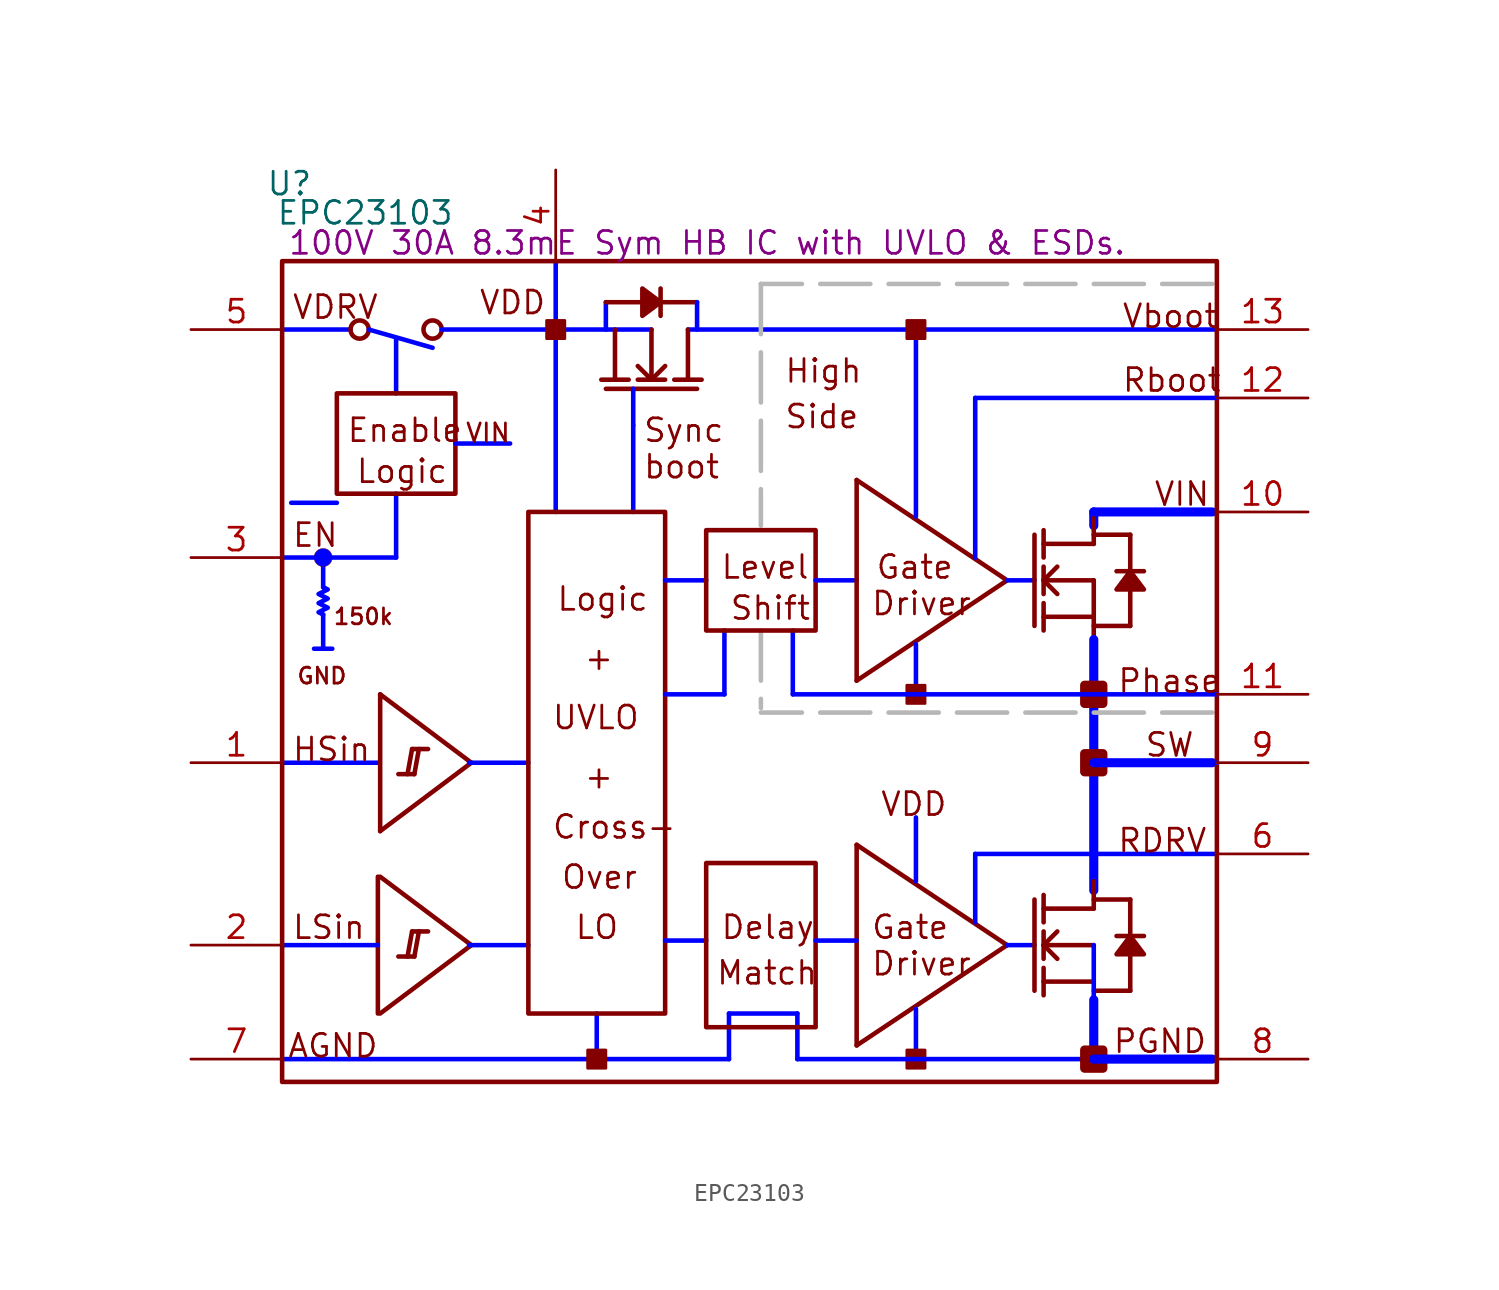
<source format=kicad_sym>
(kicad_symbol_lib
  (version 20231120)
  (generator "kicad_symbol_editor")
  (generator_version "8.0")
  (symbol "EPC23103"
    (property "Reference" "U"
      (at 5.486 50.038 0)
      (effects (font (size 1.27 1.27))))
    (property "Value" "EPC23103"
      (at 9.703 48.412 0)
      (effects (font (size 1.27 1.27))))
    (property "Description" "100V 30A 8.3mE Sym HB IC with UVLO & ESDs."
      (at 28.753 46.736 0)
      (effects (font (size 1.27 1.27))))
    (symbol "EPC23103_1_0"
      (polyline (pts (xy 5.08 1.27) (xy 29.972 1.27)) (stroke (width 0.254) (type solid) (color 0 0 255 1)) (fill (type none)))
      (polyline (pts (xy 5.08 41.91) (xy 8.89 41.91)) (stroke (width 0.254) (type solid) (color 0 0 255 1)) (fill (type none)))
      (polyline (pts (xy 5.588 32.258) (xy 8.128 32.258)) (stroke (width 0.254) (type solid) (color 0 0 255 1)) (fill (type none)))
      (polyline (pts (xy 7.366 26.035) (xy 7.366 24.13)) (stroke (width 0.254) (type solid) (color 0 0 255 1)) (fill (type none)))
      (polyline (pts (xy 7.366 29.21) (xy 7.366 27.559)) (stroke (width 0.254) (type solid) (color 0 0 255 1)) (fill (type none)))
      (polyline (pts (xy 7.874 24.13) (xy 6.858 24.13)) (stroke (width 0.254) (type solid) (color 0 0 255 1)) (fill (type none)))
      (polyline (pts (xy 9.906 41.91) (xy 13.462 40.894)) (stroke (width 0.254) (type solid) (color 0 0 255 1)) (fill (type none)))
      (polyline (pts (xy 10.414 7.62) (xy 5.08 7.62)) (stroke (width 0.254) (type solid) (color 0 0 255 1)) (fill (type none)))
      (polyline (pts (xy 10.414 11.43) (xy 10.414 3.81)) (stroke (width 0.254) (type solid)) (fill (type none)))
      (polyline (pts (xy 10.414 17.78) (xy 5.08 17.78)) (stroke (width 0.254) (type solid) (color 0 0 255 1)) (fill (type none)))
      (polyline (pts (xy 10.541 3.81) (xy 15.621 7.62)) (stroke (width 0.254) (type solid)) (fill (type none)))
      (polyline (pts (xy 10.541 11.43) (xy 15.621 7.62)) (stroke (width 0.254) (type solid)) (fill (type none)))
      (polyline (pts (xy 10.541 13.97) (xy 15.621 17.78)) (stroke (width 0.254) (type solid)) (fill (type none)))
      (polyline (pts (xy 10.541 21.59) (xy 10.541 13.97)) (stroke (width 0.254) (type solid)) (fill (type none)))
      (polyline (pts (xy 10.541 21.59) (xy 15.621 17.78)) (stroke (width 0.254) (type solid)) (fill (type none)))
      (polyline (pts (xy 11.43 29.21) (xy 5.08 29.21)) (stroke (width 0.254) (type solid) (color 0 0 255 1)) (fill (type none)))
      (polyline (pts (xy 11.43 29.21) (xy 11.43 32.766)) (stroke (width 0.254) (type solid) (color 0 0 255 1)) (fill (type none)))
      (polyline (pts (xy 11.43 38.354) (xy 11.43 41.402)) (stroke (width 0.254) (type solid) (color 0 0 255 1)) (fill (type none)))
      (polyline (pts (xy 12.065 6.985) (xy 12.319 8.382)) (stroke (width 0.254) (type solid)) (fill (type none)))
      (polyline (pts (xy 12.065 17.145) (xy 12.319 18.542)) (stroke (width 0.254) (type solid)) (fill (type none)))
      (polyline (pts (xy 12.446 6.985) (xy 11.557 6.985)) (stroke (width 0.254) (type solid)) (fill (type none)))
      (polyline (pts (xy 12.446 6.985) (xy 12.7 8.382)) (stroke (width 0.254) (type solid)) (fill (type none)))
      (polyline (pts (xy 12.446 17.145) (xy 11.557 17.145)) (stroke (width 0.254) (type solid)) (fill (type none)))
      (polyline (pts (xy 12.446 17.145) (xy 12.7 18.542)) (stroke (width 0.254) (type solid)) (fill (type none)))
      (polyline (pts (xy 13.208 8.382) (xy 12.319 8.382)) (stroke (width 0.254) (type solid)) (fill (type none)))
      (polyline (pts (xy 13.208 18.542) (xy 12.319 18.542)) (stroke (width 0.254) (type solid)) (fill (type none)))
      (polyline (pts (xy 13.97 41.91) (xy 25.654 41.91)) (stroke (width 0.254) (type solid) (color 0 0 255 1)) (fill (type none)))
      (polyline (pts (xy 15.494 7.62) (xy 18.796 7.62)) (stroke (width 0.254) (type solid) (color 0 0 255 1)) (fill (type none)))
      (polyline (pts (xy 15.494 17.78) (xy 18.796 17.78)) (stroke (width 0.254) (type solid) (color 0 0 255 1)) (fill (type none)))
      (polyline (pts (xy 17.78 35.56) (xy 14.732 35.56)) (stroke (width 0.254) (type solid) (color 0 0 255 1)) (fill (type none)))
      (polyline (pts (xy 20.32 31.75) (xy 20.32 45.72)) (stroke (width 0.254) (type solid) (color 0 0 255 1)) (fill (type none)))
      (polyline (pts (xy 22.606 1.27) (xy 22.606 3.81)) (stroke (width 0.254) (type solid) (color 0 0 255 1)) (fill (type none)))
      (polyline (pts (xy 23.114 38.608) (xy 28.194 38.608)) (stroke (width 0.254) (type solid)) (fill (type none)))
      (polyline (pts (xy 23.114 43.434) (xy 23.114 41.91)) (stroke (width 0.254) (type solid) (color 0 0 255 1)) (fill (type none)))
      (polyline (pts (xy 23.114 43.434) (xy 25.146 43.434)) (stroke (width 0.254) (type solid)) (fill (type none)))
      (polyline (pts (xy 23.622 41.91) (xy 23.622 39.116)) (stroke (width 0.254) (type solid)) (fill (type none)))
      (polyline (pts (xy 24.384 39.116) (xy 22.86 39.116)) (stroke (width 0.254) (type solid)) (fill (type none)))
      (polyline (pts (xy 24.638 31.75) (xy 24.638 36.576)) (stroke (width 0.254) (type solid) (color 0 0 255 1)) (fill (type none)))
      (polyline (pts (xy 24.638 38.608) (xy 24.638 36.576)) (stroke (width 0.254) (type solid) (color 0 0 255 1)) (fill (type none)))
      (polyline (pts (xy 25.654 39.116) (xy 24.892 39.878)) (stroke (width 0.254) (type solid)) (fill (type none)))
      (polyline (pts (xy 25.654 39.116) (xy 25.654 41.91)) (stroke (width 0.254) (type solid)) (fill (type none)))
      (polyline (pts (xy 26.162 42.672) (xy 26.162 44.196)) (stroke (width 0.254) (type solid)) (fill (type none)))
      (polyline (pts (xy 26.162 43.434) (xy 28.194 43.434)) (stroke (width 0.254) (type solid)) (fill (type none)))
      (polyline (pts (xy 26.416 27.94) (xy 28.702 27.94)) (stroke (width 0.254) (type solid) (color 0 0 255 1)) (fill (type none)))
      (polyline (pts (xy 26.416 39.116) (xy 24.892 39.116)) (stroke (width 0.254) (type solid)) (fill (type none)))
      (polyline (pts (xy 26.416 39.878) (xy 25.654 39.116)) (stroke (width 0.254) (type solid)) (fill (type none)))
      (polyline (pts (xy 27.686 39.116) (xy 27.686 41.91)) (stroke (width 0.254) (type solid)) (fill (type none)))
      (polyline (pts (xy 27.686 41.91) (xy 57.15 41.91)) (stroke (width 0.254) (type solid) (color 0 0 255 1)) (fill (type none)))
      (polyline (pts (xy 28.194 43.434) (xy 28.194 41.91)) (stroke (width 0.254) (type solid) (color 0 0 255 1)) (fill (type none)))
      (polyline (pts (xy 28.448 39.116) (xy 26.924 39.116)) (stroke (width 0.254) (type solid)) (fill (type none)))
      (polyline (pts (xy 28.702 7.874) (xy 26.416 7.874)) (stroke (width 0.254) (type solid) (color 0 0 255 1)) (fill (type none)))
      (polyline (pts (xy 29.718 21.59) (xy 26.416 21.59)) (stroke (width 0.254) (type solid) (color 0 0 255 1)) (fill (type none)))
      (polyline (pts (xy 29.718 21.59) (xy 29.718 25.146)) (stroke (width 0.254) (type solid) (color 0 0 255 1)) (fill (type none)))
      (polyline (pts (xy 29.972 1.27) (xy 29.972 3.048)) (stroke (width 0.254) (type solid) (color 0 0 255 1)) (fill (type none)))
      (polyline (pts (xy 29.972 3.048) (xy 29.972 3.81)) (stroke (width 0.254) (type solid) (color 0 0 255 1)) (fill (type none)))
      (polyline (pts (xy 29.972 3.81) (xy 33.782 3.81)) (stroke (width 0.254) (type solid) (color 0 0 255 1)) (fill (type none)))
      (polyline (pts (xy 31.75 25.146) (xy 31.75 20.828)) (stroke (width 0.254) (type dash) (color 183 183 183 1)) (fill (type none)))
      (polyline (pts (xy 31.75 44.45) (xy 31.75 30.988)) (stroke (width 0.254) (type dash) (color 183 183 183 1)) (fill (type none)))
      (polyline (pts (xy 33.528 21.59) (xy 33.528 25.146)) (stroke (width 0.254) (type solid) (color 0 0 255 1)) (fill (type none)))
      (polyline (pts (xy 33.782 1.27) (xy 33.782 3.048)) (stroke (width 0.254) (type solid) (color 0 0 255 1)) (fill (type none)))
      (polyline (pts (xy 33.782 3.048) (xy 33.782 3.81)) (stroke (width 0.254) (type solid) (color 0 0 255 1)) (fill (type none)))
      (polyline (pts (xy 34.798 27.94) (xy 37.084 27.94)) (stroke (width 0.254) (type solid) (color 0 0 255 1)) (fill (type none)))
      (polyline (pts (xy 37.084 2.032) (xy 45.466 7.62)) (stroke (width 0.254) (type solid)) (fill (type none)))
      (polyline (pts (xy 37.084 7.874) (xy 34.798 7.874)) (stroke (width 0.254) (type solid) (color 0 0 255 1)) (fill (type none)))
      (polyline (pts (xy 37.084 13.208) (xy 37.084 2.032)) (stroke (width 0.254) (type solid)) (fill (type none)))
      (polyline (pts (xy 37.084 13.208) (xy 45.466 7.62)) (stroke (width 0.254) (type solid)) (fill (type none)))
      (polyline (pts (xy 37.084 22.352) (xy 45.466 27.94)) (stroke (width 0.254) (type solid)) (fill (type none)))
      (polyline (pts (xy 37.084 33.528) (xy 37.084 22.352)) (stroke (width 0.254) (type solid)) (fill (type none)))
      (polyline (pts (xy 37.084 33.528) (xy 45.466 27.94)) (stroke (width 0.254) (type solid)) (fill (type none)))
      (polyline (pts (xy 40.386 1.27) (xy 40.386 4.064)) (stroke (width 0.254) (type solid) (color 0 0 255 1)) (fill (type none)))
      (polyline (pts (xy 40.386 11.176) (xy 40.386 14.732)) (stroke (width 0.254) (type solid) (color 0 0 255 1)) (fill (type none)))
      (polyline (pts (xy 40.386 21.59) (xy 40.386 24.384)) (stroke (width 0.254) (type solid) (color 0 0 255 1)) (fill (type none)))
      (polyline (pts (xy 40.386 31.496) (xy 40.386 41.91)) (stroke (width 0.254) (type solid) (color 0 0 255 1)) (fill (type none)))
      (polyline (pts (xy 43.688 8.89) (xy 43.688 12.7)) (stroke (width 0.254) (type solid) (color 0 0 255 1)) (fill (type none)))
      (polyline (pts (xy 43.688 12.7) (xy 57.15 12.7)) (stroke (width 0.254) (type solid) (color 0 0 255 1)) (fill (type none)))
      (polyline (pts (xy 43.688 29.21) (xy 43.688 38.1)) (stroke (width 0.254) (type solid) (color 0 0 255 1)) (fill (type none)))
      (polyline (pts (xy 45.466 7.62) (xy 46.99 7.62)) (stroke (width 0.254) (type solid) (color 0 0 255 1)) (fill (type none)))
      (polyline (pts (xy 45.466 27.94) (xy 46.99 27.94)) (stroke (width 0.254) (type solid) (color 0 0 255 1)) (fill (type none)))
      (polyline (pts (xy 46.99 10.16) (xy 46.99 5.08)) (stroke (width 0.254) (type solid)) (fill (type none)))
      (polyline (pts (xy 46.99 30.48) (xy 46.99 25.4)) (stroke (width 0.254) (type solid)) (fill (type none)))
      (polyline (pts (xy 47.498 4.826) (xy 47.498 6.35)) (stroke (width 0.254) (type solid)) (fill (type none)))
      (polyline (pts (xy 47.498 5.588) (xy 50.292 5.588)) (stroke (width 0.254) (type solid)) (fill (type none)))
      (polyline (pts (xy 47.498 6.858) (xy 47.498 8.382)) (stroke (width 0.254) (type solid)) (fill (type none)))
      (polyline (pts (xy 47.498 7.62) (xy 48.26 8.382)) (stroke (width 0.254) (type solid)) (fill (type none)))
      (polyline (pts (xy 47.498 7.62) (xy 50.292 7.62)) (stroke (width 0.254) (type solid)) (fill (type none)))
      (polyline (pts (xy 47.498 8.89) (xy 47.498 10.414)) (stroke (width 0.254) (type solid)) (fill (type none)))
      (polyline (pts (xy 47.498 25.146) (xy 47.498 26.67)) (stroke (width 0.254) (type solid)) (fill (type none)))
      (polyline (pts (xy 47.498 25.908) (xy 50.292 25.908)) (stroke (width 0.254) (type solid)) (fill (type none)))
      (polyline (pts (xy 47.498 27.178) (xy 47.498 28.702)) (stroke (width 0.254) (type solid)) (fill (type none)))
      (polyline (pts (xy 47.498 27.94) (xy 48.26 28.702)) (stroke (width 0.254) (type solid)) (fill (type none)))
      (polyline (pts (xy 47.498 27.94) (xy 50.292 27.94)) (stroke (width 0.254) (type solid)) (fill (type none)))
      (polyline (pts (xy 47.498 29.21) (xy 47.498 30.734)) (stroke (width 0.254) (type solid)) (fill (type none)))
      (polyline (pts (xy 48.26 6.858) (xy 47.498 7.62)) (stroke (width 0.254) (type solid)) (fill (type none)))
      (polyline (pts (xy 48.26 27.178) (xy 47.498 27.94)) (stroke (width 0.254) (type solid)) (fill (type none)))
      (polyline (pts (xy 50.292 1.27) (xy 33.782 1.27)) (stroke (width 0.254) (type solid) (color 0 0 255 1)) (fill (type none)))
      (polyline (pts (xy 50.292 1.27) (xy 50.292 7.62)) (stroke (width 0.254) (type solid) (color 0 0 255 1)) (fill (type none)))
      (polyline (pts (xy 50.292 1.524) (xy 50.292 4.572)) (stroke (width 0.508) (type solid) (color 0 0 255 1)) (fill (type none)))
      (polyline (pts (xy 50.292 5.08) (xy 52.324 5.08)) (stroke (width 0.254) (type solid)) (fill (type none)))
      (polyline (pts (xy 50.292 9.652) (xy 47.498 9.652)) (stroke (width 0.254) (type solid)) (fill (type none)))
      (polyline (pts (xy 50.292 9.652) (xy 50.292 11.176)) (stroke (width 0.254) (type solid)) (fill (type none)))
      (polyline (pts (xy 50.292 10.16) (xy 52.324 10.16)) (stroke (width 0.254) (type solid)) (fill (type none)))
      (polyline (pts (xy 50.292 10.668) (xy 50.292 21.59)) (stroke (width 0.508) (type solid) (color 0 0 255 1)) (fill (type none)))
      (polyline (pts (xy 50.292 21.59) (xy 50.292 24.638)) (stroke (width 0.508) (type solid) (color 0 0 255 1)) (fill (type none)))
      (polyline (pts (xy 50.292 25.4) (xy 52.324 25.4)) (stroke (width 0.254) (type solid)) (fill (type none)))
      (polyline (pts (xy 50.292 27.94) (xy 50.292 22.86)) (stroke (width 0.254) (type solid)) (fill (type none)))
      (polyline (pts (xy 50.292 29.972) (xy 47.498 29.972)) (stroke (width 0.254) (type solid)) (fill (type none)))
      (polyline (pts (xy 50.292 29.972) (xy 50.292 31.496)) (stroke (width 0.254) (type solid)) (fill (type none)))
      (polyline (pts (xy 50.292 30.48) (xy 52.324 30.48)) (stroke (width 0.254) (type solid)) (fill (type none)))
      (polyline (pts (xy 50.292 30.988) (xy 50.292 31.75)) (stroke (width 0.508) (type solid) (color 0 0 255 1)) (fill (type none)))
      (polyline (pts (xy 50.292 31.75) (xy 57.15 31.75)) (stroke (width 0.254) (type solid) (color 0 0 255 1)) (fill (type none)))
      (polyline (pts (xy 52.324 7.112) (xy 52.324 5.08)) (stroke (width 0.254) (type solid)) (fill (type none)))
      (polyline (pts (xy 52.324 10.16) (xy 52.324 8.128)) (stroke (width 0.254) (type solid)) (fill (type none)))
      (polyline (pts (xy 52.324 27.432) (xy 52.324 25.4)) (stroke (width 0.254) (type solid)) (fill (type none)))
      (polyline (pts (xy 52.324 30.48) (xy 52.324 28.448)) (stroke (width 0.254) (type solid)) (fill (type none)))
      (polyline (pts (xy 53.086 8.128) (xy 51.562 8.128)) (stroke (width 0.254) (type solid)) (fill (type none)))
      (polyline (pts (xy 53.086 28.448) (xy 51.562 28.448)) (stroke (width 0.254) (type solid)) (fill (type none)))
      (polyline (pts (xy 56.896 1.27) (xy 50.292 1.27)) (stroke (width 0.508) (type solid) (color 0 0 255 1)) (fill (type none)))
      (polyline (pts (xy 56.896 17.78) (xy 50.292 17.78)) (stroke (width 0.508) (type solid) (color 0 0 255 1)) (fill (type none)))
      (polyline (pts (xy 56.896 20.574) (xy 31.75 20.574)) (stroke (width 0.254) (type dash) (color 183 183 183 1)) (fill (type none)))
      (polyline (pts (xy 56.896 31.75) (xy 50.292 31.75)) (stroke (width 0.508) (type solid) (color 0 0 255 1)) (fill (type none)))
      (polyline (pts (xy 56.896 44.45) (xy 31.75 44.45)) (stroke (width 0.254) (type dash) (color 183 183 183 1)) (fill (type none)))
      (polyline (pts (xy 57.15 17.78) (xy 50.292 17.78)) (stroke (width 0.254) (type solid) (color 0 0 255 1)) (fill (type none)))
      (polyline (pts (xy 57.15 21.59) (xy 33.528 21.59)) (stroke (width 0.254) (type solid) (color 0 0 255 1)) (fill (type none)))
      (polyline (pts (xy 57.15 38.1) (xy 43.688 38.1)) (stroke (width 0.254) (type solid) (color 0 0 255 1)) (fill (type none)))
      (polyline (pts (xy 26.162 43.434) (xy 25.146 44.196) (xy 25.146 42.672) (xy 26.162 43.434)) (stroke (width 0.254) (type solid)) (fill (type outline)))
      (polyline (pts (xy 52.324 8.128) (xy 51.562 7.112) (xy 53.086 7.112) (xy 52.324 8.128)) (stroke (width 0.254) (type solid)) (fill (type outline)))
      (polyline (pts (xy 52.324 28.448) (xy 51.562 27.432) (xy 53.086 27.432) (xy 52.324 28.448)) (stroke (width 0.254) (type solid)) (fill (type outline)))
      (polyline (pts (xy 7.366 26.035) (xy 7.112 26.162) (xy 7.62 26.416) (xy 7.112 26.67) (xy 7.62 26.924) (xy 7.112 27.178) (xy 7.62 27.432) (xy 7.366 27.559)) (stroke (width 0.254) (type solid) (color 0 0 255 1)) (fill (type none)))
      (circle (center 7.366 29.21) (radius 0.508) (stroke (width 0.0001) (type solid)) (fill (type color) (color 0 0 255 1)))
      (circle (center 9.398 41.91) (radius 0.508) (stroke (width 0.254) (type solid)) (fill (type none)))
      (circle (center 13.462 41.91) (radius 0.508) (stroke (width 0.254) (type solid)) (fill (type none)))
      (rectangle (start 14.732 38.354) (end 8.128 32.766) (stroke (width 0.254) (type solid)) (fill (type none)))
      (rectangle (start 20.828 42.418) (end 19.812 41.402) (stroke (width 0) (type solid)) (fill (type outline)))
      (rectangle (start 23.114 1.778) (end 22.098 0.762) (stroke (width 0) (type solid)) (fill (type outline)))
      (rectangle (start 26.416 31.75) (end 18.796 3.81) (stroke (width 0.254) (type solid)) (fill (type none)))
      (rectangle (start 34.798 12.192) (end 28.702 3.048) (stroke (width 0.254) (type solid)) (fill (type none)))
      (rectangle (start 34.798 30.734) (end 28.702 25.146) (stroke (width 0.254) (type solid)) (fill (type none)))
      (rectangle (start 40.894 1.778) (end 39.878 0.762) (stroke (width 0) (type solid)) (fill (type outline)))
      (rectangle (start 40.894 22.098) (end 39.878 21.082) (stroke (width 0) (type solid)) (fill (type outline)))
      (rectangle (start 40.894 42.418) (end 39.878 41.402) (stroke (width 0) (type solid)) (fill (type outline)))
      (rectangle (start 50.8 1.778) (end 49.784 0.762) (stroke (width 0.508) (type solid)) (fill (type outline)))
      (rectangle (start 50.8 18.288) (end 49.784 17.272) (stroke (width 0.508) (type solid)) (fill (type outline)))
      (rectangle (start 50.8 22.098) (end 49.784 21.082) (stroke (width 0.508) (type solid)) (fill (type outline)))
      (rectangle (start 57.15 45.72) (end 5.08 0) (stroke (width 0.254) (type solid)) (fill (type none)))
      (text "+" (at 21.844 16.256 0) (effects (font (size 1.27 1.27)) (justify left bottom)))
      (text "+" (at 21.844 22.86 0) (effects (font (size 1.27 1.27)) (justify left bottom)))
      (text "150k" (at 7.874 25.4 0) (effects (font (size 0.889 0.889)) (justify left bottom)))
      (text "AGND" (at 5.334 1.27 0) (effects (font (size 1.27 1.27)) (justify left bottom)))
      (text "boot" (at 25.146 33.528 0) (effects (font (size 1.27 1.27)) (justify left bottom)))
      (text "Cross-" (at 20.066 13.462 0) (effects (font (size 1.27 1.27)) (justify left bottom)))
      (text "Delay" (at 29.464 7.874 0) (effects (font (size 1.27 1.27)) (justify left bottom)))
      (text "Driver" (at 37.846 5.842 0) (effects (font (size 1.27 1.27)) (justify left bottom)))
      (text "Driver" (at 37.846 25.908 0) (effects (font (size 1.27 1.27)) (justify left bottom)))
      (text "EN" (at 5.588 29.718 0) (effects (font (size 1.27 1.27)) (justify left bottom)))
      (text "Enable" (at 8.636 35.56 0) (effects (font (size 1.27 1.27)) (justify left bottom)))
      (text "Gate" (at 37.846 7.874 0) (effects (font (size 1.27 1.27)) (justify left bottom)))
      (text "Gate" (at 38.1 27.94 0) (effects (font (size 1.27 1.27)) (justify left bottom)))
      (text "GND" (at 5.842 22.098 0) (effects (font (size 0.889 0.889)) (justify left bottom)))
      (text "High" (at 33.02 38.862 0) (effects (font (size 1.27 1.27)) (justify left bottom)))
      (text "HSin" (at 5.588 17.78 0) (effects (font (size 1.27 1.27)) (justify left bottom)))
      (text "Level" (at 29.464 27.94 0) (effects (font (size 1.27 1.27)) (justify left bottom)))
      (text "LO" (at 21.336 7.874 0) (effects (font (size 1.27 1.27)) (justify left bottom)))
      (text "Logic" (at 9.144 33.274 0) (effects (font (size 1.27 1.27)) (justify left bottom)))
      (text "Logic" (at 20.32 26.162 0) (effects (font (size 1.27 1.27)) (justify left bottom)))
      (text "LSin" (at 5.588 7.874 0) (effects (font (size 1.27 1.27)) (justify left bottom)))
      (text "Match" (at 29.21 5.334 0) (effects (font (size 1.27 1.27)) (justify left bottom)))
      (text "Over" (at 20.574 10.668 0) (effects (font (size 1.27 1.27)) (justify left bottom)))
      (text "PGND" (at 51.308 1.524 0) (effects (font (size 1.27 1.27)) (justify left bottom)))
      (text "Phase" (at 51.562 21.59 0) (effects (font (size 1.27 1.27)) (justify left bottom)))
      (text "Rboot" (at 51.816 38.354 0) (effects (font (size 1.27 1.27)) (justify left bottom)))
      (text "RDRV" (at 51.562 12.7 0) (effects (font (size 1.27 1.27)) (justify left bottom)))
      (text "Shift" (at 29.972 25.654 0) (effects (font (size 1.27 1.27)) (justify left bottom)))
      (text "Side" (at 33.02 36.322 0) (effects (font (size 1.27 1.27)) (justify left bottom)))
      (text "SW" (at 53.086 18.034 0) (effects (font (size 1.27 1.27)) (justify left bottom)))
      (text "Sync" (at 25.146 35.56 0) (effects (font (size 1.27 1.27)) (justify left bottom)))
      (text "UVLO" (at 20.066 19.558 0) (effects (font (size 1.27 1.27)) (justify left bottom)))
      (text "Vboot" (at 51.816 41.91 0) (effects (font (size 1.27 1.27)) (justify left bottom)))
      (text "VDD" (at 16.002 42.672 0) (effects (font (size 1.27 1.27)) (justify left bottom)))
      (text "VDD" (at 38.354 14.732 0) (effects (font (size 1.27 1.27)) (justify left bottom)))
      (text "VDRV" (at 5.588 42.418 0) (effects (font (size 1.27 1.27)) (justify left bottom)))
      (text "VIN" (at 15.24 35.56 0) (effects (font (size 1.016 1.016)) (justify left bottom)))
      (text "VIN" (at 53.594 32.004 0) (effects (font (size 1.27 1.27)) (justify left bottom)))
      (pin passive line (at 0 17.78 0) (length 5.08) (name "HSin" (effects (font (size 0 0)))) (number "1" (effects (font (size 1.27 1.27)))))
      (pin passive line (at 62.23 31.75 180) (length 5.08) (name "VIN" (effects (font (size 0 0)))) (number "10" (effects (font (size 1.27 1.27)))))
      (pin passive line (at 62.23 21.59 180) (length 5.08) (name "Phase" (effects (font (size 0 0)))) (number "11" (effects (font (size 1.27 1.27)))))
      (pin passive line (at 62.23 38.1 180) (length 5.08) (name "Rboot" (effects (font (size 0 0)))) (number "12" (effects (font (size 1.27 1.27)))))
      (pin passive line (at 62.23 41.91 180) (length 5.08) (name "Vboot" (effects (font (size 0 0)))) (number "13" (effects (font (size 1.27 1.27)))))
      (pin passive line (at 0 7.62 0) (length 5.08) (name "LSin" (effects (font (size 0 0)))) (number "2" (effects (font (size 1.27 1.27)))))
      (pin passive line (at 0 29.21 0) (length 5.08) (name "ENb" (effects (font (size 0 0)))) (number "3" (effects (font (size 1.27 1.27)))))
      (pin passive line (at 20.32 50.8 270) (length 5.08) (name "VDD" (effects (font (size 0 0)))) (number "4" (effects (font (size 1.27 1.27)))))
      (pin passive line (at 0 41.91 0) (length 5.08) (name "VDRV" (effects (font (size 0 0)))) (number "5" (effects (font (size 1.27 1.27)))))
      (pin passive line (at 62.23 12.7 180) (length 5.08) (name "RDRV" (effects (font (size 0 0)))) (number "6" (effects (font (size 1.27 1.27)))))
      (pin passive line (at 0 1.27 0) (length 5.08) (name "AGND" (effects (font (size 0 0)))) (number "7" (effects (font (size 1.27 1.27)))))
      (pin passive line (at 62.23 1.27 180) (length 5.08) (name "PGND" (effects (font (size 0 0)))) (number "8" (effects (font (size 1.27 1.27)))))
      (pin passive line (at 62.23 17.78 180) (length 5.08) (name "SW" (effects (font (size 0 0)))) (number "9" (effects (font (size 1.27 1.27))))))))
</source>
